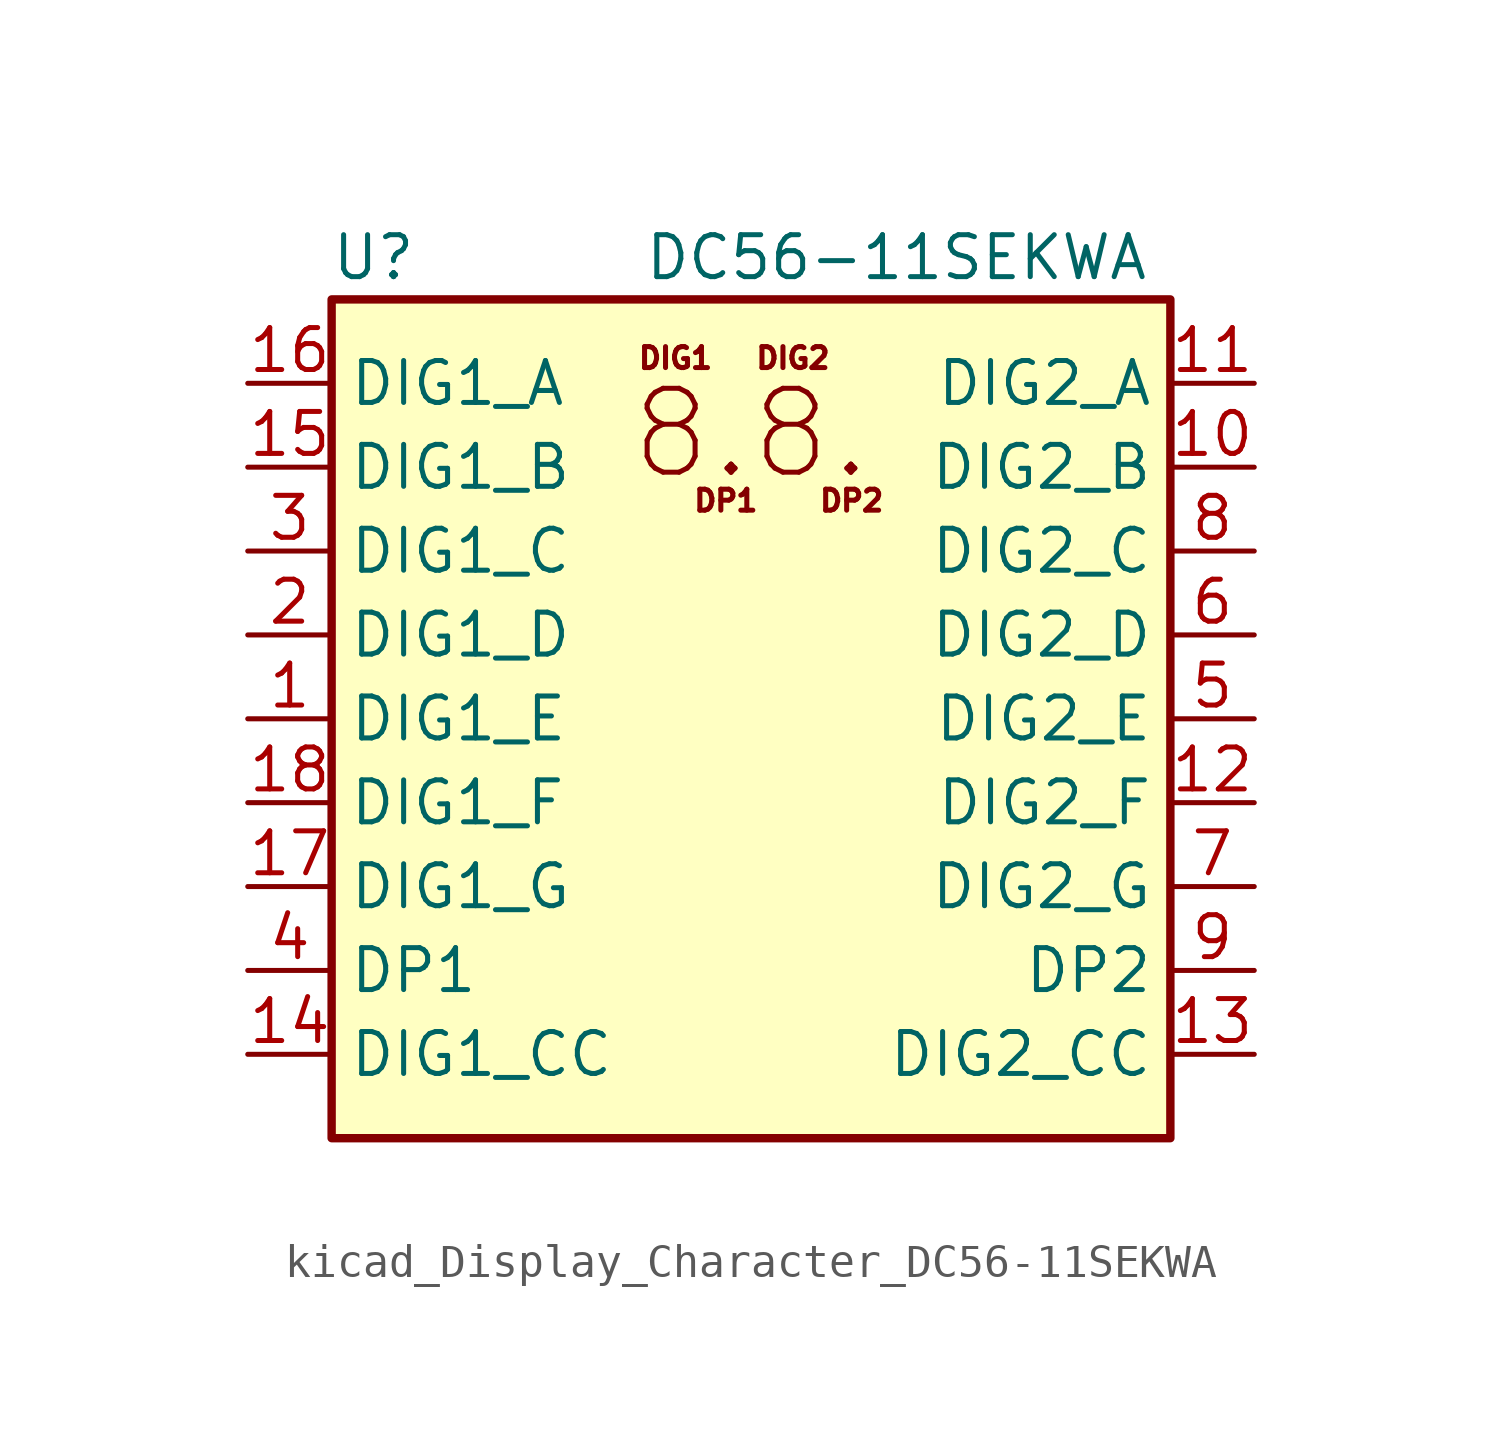
<source format=kicad_sym>
(kicad_symbol_lib
  (version 20220914)
  (generator kicad_symbol_editor)
  (symbol "kicad_Display_Character_DC56-11SEKWA"
    (property "Reference" "U"
      (at -11.43 13.97 0)
      (effects (font (size 1.27 1.27))))
    (property "Value" "DC56-11SEKWA"
      (at 12.065 13.97 0)
      (effects (font (size 1.27 1.27)) (justify right)))
    (symbol "kicad_Display_Character_DC56-11SEKWA_0_0"
      (text "8.8." (at 0 8.636 0) (effects (font (size 2.54 2.54))))
      (text "DIG1" (at -2.286 10.922 0) (effects (font (size 0.635 0.635))))
      (text "DIG2" (at 1.27 10.922 0) (effects (font (size 0.635 0.635))))
      (text "DP1" (at -0.762 6.604 0) (effects (font (size 0.635 0.635))))
      (text "DP2" (at 3.048 6.604 0) (effects (font (size 0.635 0.635)))))
    (symbol "kicad_Display_Character_DC56-11SEKWA_0_1"
      (rectangle (start -12.7 12.7) (end 12.7 -12.7) (stroke (width 0.254) (type default)) (fill (type background))))
    (symbol "kicad_Display_Character_DC56-11SEKWA_1_1"
      (pin input line (at -15.24 0 0) (length 2.54) (name "DIG1_E" (effects (font (size 1.27 1.27)))) (number "1" (effects (font (size 1.27 1.27)))))
      (pin input line (at 15.24 7.62 180) (length 2.54) (name "DIG2_B" (effects (font (size 1.27 1.27)))) (number "10" (effects (font (size 1.27 1.27)))))
      (pin input line (at 15.24 10.16 180) (length 2.54) (name "DIG2_A" (effects (font (size 1.27 1.27)))) (number "11" (effects (font (size 1.27 1.27)))))
      (pin input line (at 15.24 -2.54 180) (length 2.54) (name "DIG2_F" (effects (font (size 1.27 1.27)))) (number "12" (effects (font (size 1.27 1.27)))))
      (pin input line (at 15.24 -10.16 180) (length 2.54) (name "DIG2_CC" (effects (font (size 1.27 1.27)))) (number "13" (effects (font (size 1.27 1.27)))))
      (pin input line (at -15.24 -10.16 0) (length 2.54) (name "DIG1_CC" (effects (font (size 1.27 1.27)))) (number "14" (effects (font (size 1.27 1.27)))))
      (pin input line (at -15.24 7.62 0) (length 2.54) (name "DIG1_B" (effects (font (size 1.27 1.27)))) (number "15" (effects (font (size 1.27 1.27)))))
      (pin input line (at -15.24 10.16 0) (length 2.54) (name "DIG1_A" (effects (font (size 1.27 1.27)))) (number "16" (effects (font (size 1.27 1.27)))))
      (pin input line (at -15.24 -5.08 0) (length 2.54) (name "DIG1_G" (effects (font (size 1.27 1.27)))) (number "17" (effects (font (size 1.27 1.27)))))
      (pin input line (at -15.24 -2.54 0) (length 2.54) (name "DIG1_F" (effects (font (size 1.27 1.27)))) (number "18" (effects (font (size 1.27 1.27)))))
      (pin input line (at -15.24 2.54 0) (length 2.54) (name "DIG1_D" (effects (font (size 1.27 1.27)))) (number "2" (effects (font (size 1.27 1.27)))))
      (pin input line (at -15.24 5.08 0) (length 2.54) (name "DIG1_C" (effects (font (size 1.27 1.27)))) (number "3" (effects (font (size 1.27 1.27)))))
      (pin input line (at -15.24 -7.62 0) (length 2.54) (name "DP1" (effects (font (size 1.27 1.27)))) (number "4" (effects (font (size 1.27 1.27)))))
      (pin input line (at 15.24 0 180) (length 2.54) (name "DIG2_E" (effects (font (size 1.27 1.27)))) (number "5" (effects (font (size 1.27 1.27)))))
      (pin input line (at 15.24 2.54 180) (length 2.54) (name "DIG2_D" (effects (font (size 1.27 1.27)))) (number "6" (effects (font (size 1.27 1.27)))))
      (pin input line (at 15.24 -5.08 180) (length 2.54) (name "DIG2_G" (effects (font (size 1.27 1.27)))) (number "7" (effects (font (size 1.27 1.27)))))
      (pin input line (at 15.24 5.08 180) (length 2.54) (name "DIG2_C" (effects (font (size 1.27 1.27)))) (number "8" (effects (font (size 1.27 1.27)))))
      (pin input line (at 15.24 -7.62 180) (length 2.54) (name "DP2" (effects (font (size 1.27 1.27)))) (number "9" (effects (font (size 1.27 1.27))))))))
</source>
